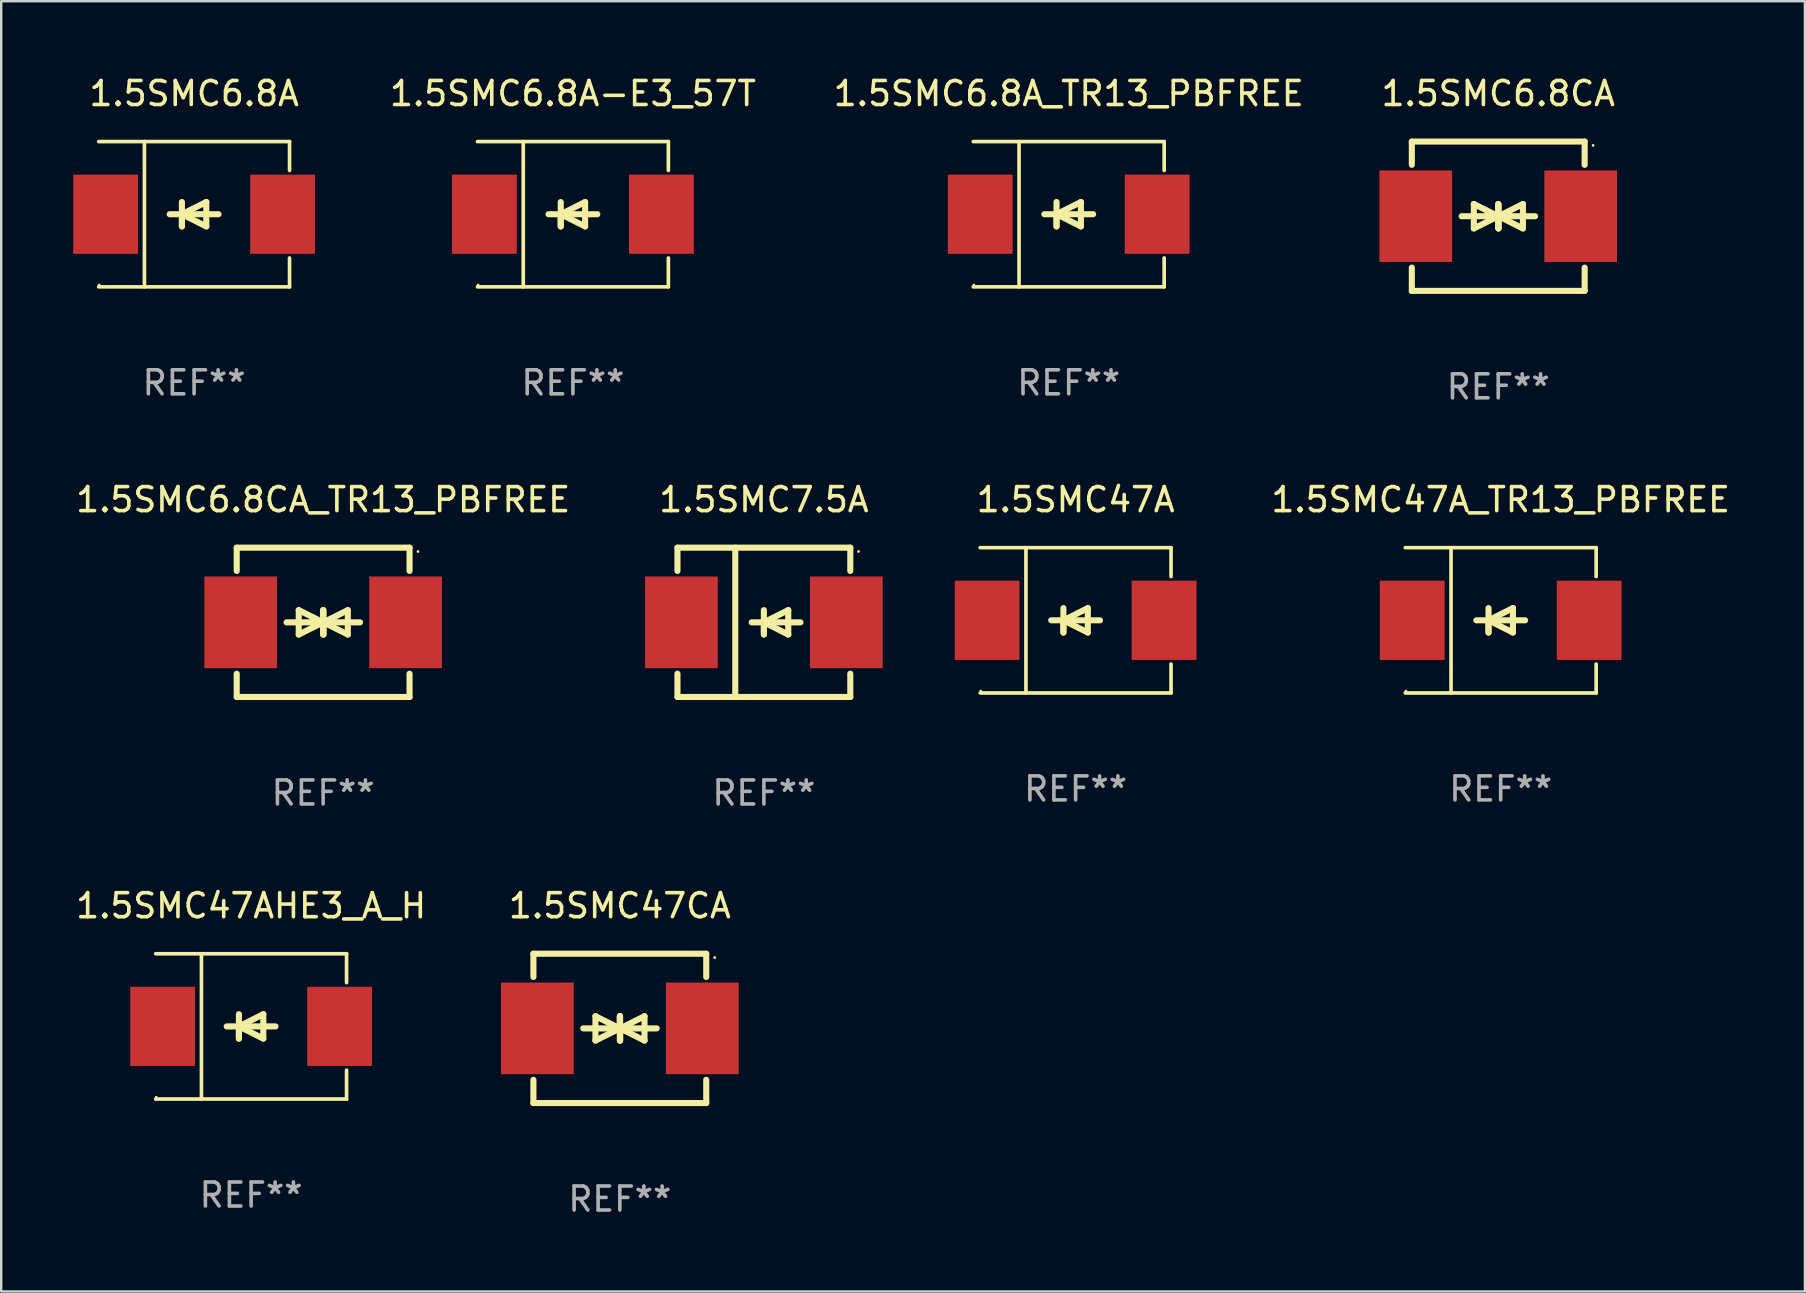
<source format=kicad_pcb>
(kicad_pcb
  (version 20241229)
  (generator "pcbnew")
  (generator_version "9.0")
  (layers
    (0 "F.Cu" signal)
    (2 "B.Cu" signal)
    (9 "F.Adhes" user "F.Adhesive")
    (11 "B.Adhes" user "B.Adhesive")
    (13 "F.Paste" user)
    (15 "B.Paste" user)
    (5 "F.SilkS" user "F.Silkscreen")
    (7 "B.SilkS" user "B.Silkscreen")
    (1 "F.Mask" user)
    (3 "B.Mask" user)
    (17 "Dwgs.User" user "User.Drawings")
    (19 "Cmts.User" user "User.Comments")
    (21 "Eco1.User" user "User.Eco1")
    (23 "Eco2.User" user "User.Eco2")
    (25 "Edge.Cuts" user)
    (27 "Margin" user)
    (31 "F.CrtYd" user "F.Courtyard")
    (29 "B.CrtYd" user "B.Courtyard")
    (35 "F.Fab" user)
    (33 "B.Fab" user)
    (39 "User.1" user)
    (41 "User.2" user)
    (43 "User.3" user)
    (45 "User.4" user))
  (footprint "1.5SMC6.8A_TR13_PBFREE"
    (layer "F.Cu")
    (at 41.471 5.874)
    (property "Reference" "1.5SMC6.8A_TR13_PBFREE" (at 0 -5.026 0) (layer "F.SilkS") (effects (font (size 1 1) (thickness 0.15))))
    (attr through_hole)
    (fp_line (start -3.976 -3.026) (end 3.976 -3.026) (stroke (width 0.152) (type solid)) (layer "F.SilkS"))
    (fp_line (start -3.976 3.026) (end 3.976 3.026) (stroke (width 0.152) (type solid)) (layer "F.SilkS"))
    (fp_line (start -2.069 -3.026) (end -2.069 3.026) (stroke (width 0.152) (type solid)) (layer "F.SilkS"))
    (fp_line (start -0.508 0) (end -0.508 0.508) (stroke (width 0.254) (type solid)) (layer "F.SilkS"))
    (fp_line (start -0.508 0) (end 0.508 0.508) (stroke (width 0.254) (type solid)) (layer "F.SilkS"))
    (fp_line (start -0.508 0.508) (end -0.508 -0.508) (stroke (width 0.254) (type solid)) (layer "F.SilkS"))
    (fp_line (start 0.508 -0.508) (end -0.508 0) (stroke (width 0.254) (type solid)) (layer "F.SilkS"))
    (fp_line (start 0.508 0.508) (end 0.508 -0.508) (stroke (width 0.254) (type solid)) (layer "F.SilkS"))
    (fp_line (start 1.016 0) (end -1.016 0) (stroke (width 0.254) (type solid)) (layer "F.SilkS"))
    (fp_line (start 3.976 -3.026) (end 3.976 -1.823) (stroke (width 0.152) (type solid)) (layer "F.SilkS"))
    (fp_line (start 3.976 3.026) (end 3.976 1.823) (stroke (width 0.152) (type solid)) (layer "F.SilkS"))
    (fp_circle (center -3.95 2.95) (end -3.92 2.95) (stroke (width 0.06) (type solid)) (fill no) (layer "F.SilkS"))
    (fp_text user "REF**" (at 0 7.026 0) (layer "F.Fab") (effects (font (size 1 1) (thickness 0.15))))
    (pad "1" smd rect (at -3.686 0) (size 2.7 3.3) (layers "F.Cu" "F.Mask" "F.Paste"))
    (pad "2" smd rect (at 3.686 0) (size 2.7 3.3) (layers "F.Cu" "F.Mask" "F.Paste")))
  (footprint "1.5SMC6.8A-E3_57T"
    (layer "F.Cu")
    (at 20.817 5.874)
    (property "Reference" "1.5SMC6.8A-E3_57T" (at 0 -5.026 0) (layer "F.SilkS") (effects (font (size 1 1) (thickness 0.15))))
    (attr through_hole)
    (fp_line (start -3.976 -3.026) (end 3.976 -3.026) (stroke (width 0.152) (type solid)) (layer "F.SilkS"))
    (fp_line (start -3.976 3.026) (end 3.976 3.026) (stroke (width 0.152) (type solid)) (layer "F.SilkS"))
    (fp_line (start -2.069 -3.026) (end -2.069 3.026) (stroke (width 0.152) (type solid)) (layer "F.SilkS"))
    (fp_line (start -0.508 0) (end -0.508 0.508) (stroke (width 0.254) (type solid)) (layer "F.SilkS"))
    (fp_line (start -0.508 0) (end 0.508 0.508) (stroke (width 0.254) (type solid)) (layer "F.SilkS"))
    (fp_line (start -0.508 0.508) (end -0.508 -0.508) (stroke (width 0.254) (type solid)) (layer "F.SilkS"))
    (fp_line (start 0.508 -0.508) (end -0.508 0) (stroke (width 0.254) (type solid)) (layer "F.SilkS"))
    (fp_line (start 0.508 0.508) (end 0.508 -0.508) (stroke (width 0.254) (type solid)) (layer "F.SilkS"))
    (fp_line (start 1.016 0) (end -1.016 0) (stroke (width 0.254) (type solid)) (layer "F.SilkS"))
    (fp_line (start 3.976 -3.026) (end 3.976 -1.823) (stroke (width 0.152) (type solid)) (layer "F.SilkS"))
    (fp_line (start 3.976 3.026) (end 3.976 1.823) (stroke (width 0.152) (type solid)) (layer "F.SilkS"))
    (fp_circle (center -3.95 2.95) (end -3.92 2.95) (stroke (width 0.06) (type solid)) (fill no) (layer "F.SilkS"))
    (fp_text user "REF**" (at 0 7.026 0) (layer "F.Fab") (effects (font (size 1 1) (thickness 0.15))))
    (pad "1" smd rect (at -3.686 0) (size 2.7 3.3) (layers "F.Cu" "F.Mask" "F.Paste"))
    (pad "2" smd rect (at 3.686 0) (size 2.7 3.3) (layers "F.Cu" "F.Mask" "F.Paste")))
  (footprint "1.5SMC47AHE3_A_H"
    (layer "F.Cu")
    (at 7.411 39.708)
    (property "Reference" "1.5SMC47AHE3_A_H" (at 0 -5.026 0) (layer "F.SilkS") (effects (font (size 1 1) (thickness 0.15))))
    (attr through_hole)
    (fp_line (start -3.976 -3.026) (end 3.976 -3.026) (stroke (width 0.152) (type solid)) (layer "F.SilkS"))
    (fp_line (start -3.976 3.026) (end 3.976 3.026) (stroke (width 0.152) (type solid)) (layer "F.SilkS"))
    (fp_line (start -2.069 -3.026) (end -2.069 3.026) (stroke (width 0.152) (type solid)) (layer "F.SilkS"))
    (fp_line (start -0.508 0) (end -0.508 0.508) (stroke (width 0.254) (type solid)) (layer "F.SilkS"))
    (fp_line (start -0.508 0) (end 0.508 0.508) (stroke (width 0.254) (type solid)) (layer "F.SilkS"))
    (fp_line (start -0.508 0.508) (end -0.508 -0.508) (stroke (width 0.254) (type solid)) (layer "F.SilkS"))
    (fp_line (start 0.508 -0.508) (end -0.508 0) (stroke (width 0.254) (type solid)) (layer "F.SilkS"))
    (fp_line (start 0.508 0.508) (end 0.508 -0.508) (stroke (width 0.254) (type solid)) (layer "F.SilkS"))
    (fp_line (start 1.016 0) (end -1.016 0) (stroke (width 0.254) (type solid)) (layer "F.SilkS"))
    (fp_line (start 3.976 -3.026) (end 3.976 -1.823) (stroke (width 0.152) (type solid)) (layer "F.SilkS"))
    (fp_line (start 3.976 3.026) (end 3.976 1.823) (stroke (width 0.152) (type solid)) (layer "F.SilkS"))
    (fp_circle (center -3.95 2.95) (end -3.92 2.95) (stroke (width 0.06) (type solid)) (fill no) (layer "F.SilkS"))
    (fp_text user "REF**" (at 0 7.026 0) (layer "F.Fab") (effects (font (size 1 1) (thickness 0.15))))
    (pad "1" smd rect (at -3.686 0) (size 2.7 3.3) (layers "F.Cu" "F.Mask" "F.Paste"))
    (pad "2" smd rect (at 3.686 0) (size 2.7 3.3) (layers "F.Cu" "F.Mask" "F.Paste")))
  (footprint "1.5SMC47A"
    (layer "F.Cu")
    (at 41.758 22.791)
    (property "Reference" "1.5SMC47A" (at 0 -5.026 0) (layer "F.SilkS") (effects (font (size 1 1) (thickness 0.15))))
    (attr through_hole)
    (fp_line (start -3.976 -3.026) (end 3.976 -3.026) (stroke (width 0.152) (type solid)) (layer "F.SilkS"))
    (fp_line (start -3.976 3.026) (end 3.976 3.026) (stroke (width 0.152) (type solid)) (layer "F.SilkS"))
    (fp_line (start -2.069 -3.026) (end -2.069 3.026) (stroke (width 0.152) (type solid)) (layer "F.SilkS"))
    (fp_line (start -0.508 0) (end -0.508 0.508) (stroke (width 0.254) (type solid)) (layer "F.SilkS"))
    (fp_line (start -0.508 0) (end 0.508 0.508) (stroke (width 0.254) (type solid)) (layer "F.SilkS"))
    (fp_line (start -0.508 0.508) (end -0.508 -0.508) (stroke (width 0.254) (type solid)) (layer "F.SilkS"))
    (fp_line (start 0.508 -0.508) (end -0.508 0) (stroke (width 0.254) (type solid)) (layer "F.SilkS"))
    (fp_line (start 0.508 0.508) (end 0.508 -0.508) (stroke (width 0.254) (type solid)) (layer "F.SilkS"))
    (fp_line (start 1.016 0) (end -1.016 0) (stroke (width 0.254) (type solid)) (layer "F.SilkS"))
    (fp_line (start 3.976 -3.026) (end 3.976 -1.823) (stroke (width 0.152) (type solid)) (layer "F.SilkS"))
    (fp_line (start 3.976 3.026) (end 3.976 1.823) (stroke (width 0.152) (type solid)) (layer "F.SilkS"))
    (fp_circle (center -3.95 2.95) (end -3.92 2.95) (stroke (width 0.06) (type solid)) (fill no) (layer "F.SilkS"))
    (fp_text user "REF**" (at 0 7.026 0) (layer "F.Fab") (effects (font (size 1 1) (thickness 0.15))))
    (pad "1" smd rect (at -3.686 0) (size 2.7 3.3) (layers "F.Cu" "F.Mask" "F.Paste"))
    (pad "2" smd rect (at 3.686 0) (size 2.7 3.3) (layers "F.Cu" "F.Mask" "F.Paste")))
  (footprint "1.5SMC6.8CA_TR13_PBFREE"
    (layer "F.Cu")
    (at 10.411 22.875)
    (property "Reference" "1.5SMC6.8CA_TR13_PBFREE" (at 0 -5.11 0) (layer "F.SilkS") (effects (font (size 1 1) (thickness 0.15))))
    (attr through_hole)
    (fp_line (start -3.6 -2.141) (end -3.6 -3.11) (stroke (width 0.254) (type solid)) (layer "F.SilkS"))
    (fp_line (start -3.6 3.11) (end -3.6 2.141) (stroke (width 0.254) (type solid)) (layer "F.SilkS"))
    (fp_line (start -1.524 0) (end 0.508 0) (stroke (width 0.254) (type solid)) (layer "F.SilkS"))
    (fp_line (start -1.016 -0.508) (end -1.016 0.508) (stroke (width 0.254) (type solid)) (layer "F.SilkS"))
    (fp_line (start -1.016 0.508) (end 0 0) (stroke (width 0.254) (type solid)) (layer "F.SilkS"))
    (fp_line (start 0 -0.508) (end 0 0.508) (stroke (width 0.254) (type solid)) (layer "F.SilkS"))
    (fp_line (start 0 0) (end -1.016 -0.508) (stroke (width 0.254) (type solid)) (layer "F.SilkS"))
    (fp_line (start 0 0) (end 0 -0.508) (stroke (width 0.254) (type solid)) (layer "F.SilkS"))
    (fp_line (start 0.012 0) (end 0.012 0.508) (stroke (width 0.254) (type solid)) (layer "F.SilkS"))
    (fp_line (start 0.012 0) (end 1.028 0.508) (stroke (width 0.254) (type solid)) (layer "F.SilkS"))
    (fp_line (start 0.012 0.508) (end 0.012 -0.508) (stroke (width 0.254) (type solid)) (layer "F.SilkS"))
    (fp_line (start 1.028 -0.508) (end 0.012 0) (stroke (width 0.254) (type solid)) (layer "F.SilkS"))
    (fp_line (start 1.028 0.508) (end 1.028 -0.508) (stroke (width 0.254) (type solid)) (layer "F.SilkS"))
    (fp_line (start 1.536 0) (end -0.496 0) (stroke (width 0.254) (type solid)) (layer "F.SilkS"))
    (fp_line (start 3.6 -3.11) (end -3.6 -3.11) (stroke (width 0.254) (type solid)) (layer "F.SilkS"))
    (fp_line (start 3.6 -2.141) (end 3.6 -3.11) (stroke (width 0.254) (type solid)) (layer "F.SilkS"))
    (fp_line (start 3.6 3.11) (end -3.6 3.11) (stroke (width 0.254) (type solid)) (layer "F.SilkS"))
    (fp_line (start 3.6 3.11) (end 3.6 2.141) (stroke (width 0.254) (type solid)) (layer "F.SilkS"))
    (fp_circle (center 3.952 -2.95) (end 3.982 -2.95) (stroke (width 0.06) (type solid)) (fill no) (layer "F.SilkS"))
    (fp_text user "REF**" (at 0 7.11 0) (layer "F.Fab") (effects (font (size 1 1) (thickness 0.15))))
    (pad "1" smd rect (at 3.435 0) (size 3.03 3.82) (layers "F.Cu" "F.Mask" "F.Paste"))
    (pad "2" smd rect (at -3.435 0) (size 3.03 3.82) (layers "F.Cu" "F.Mask" "F.Paste")))
  (footprint "1.5SMC6.8CA"
    (layer "F.Cu")
    (at 59.364 5.958)
    (property "Reference" "1.5SMC6.8CA" (at 0 -5.11 0) (layer "F.SilkS") (effects (font (size 1 1) (thickness 0.15))))
    (attr through_hole)
    (fp_line (start -3.6 -2.141) (end -3.6 -3.11) (stroke (width 0.254) (type solid)) (layer "F.SilkS"))
    (fp_line (start -3.6 3.11) (end -3.6 2.141) (stroke (width 0.254) (type solid)) (layer "F.SilkS"))
    (fp_line (start -1.524 0) (end 0.508 0) (stroke (width 0.254) (type solid)) (layer "F.SilkS"))
    (fp_line (start -1.016 -0.508) (end -1.016 0.508) (stroke (width 0.254) (type solid)) (layer "F.SilkS"))
    (fp_line (start -1.016 0.508) (end 0 0) (stroke (width 0.254) (type solid)) (layer "F.SilkS"))
    (fp_line (start 0 -0.508) (end 0 0.508) (stroke (width 0.254) (type solid)) (layer "F.SilkS"))
    (fp_line (start 0 0) (end -1.016 -0.508) (stroke (width 0.254) (type solid)) (layer "F.SilkS"))
    (fp_line (start 0 0) (end 0 -0.508) (stroke (width 0.254) (type solid)) (layer "F.SilkS"))
    (fp_line (start 0.012 0) (end 0.012 0.508) (stroke (width 0.254) (type solid)) (layer "F.SilkS"))
    (fp_line (start 0.012 0) (end 1.028 0.508) (stroke (width 0.254) (type solid)) (layer "F.SilkS"))
    (fp_line (start 0.012 0.508) (end 0.012 -0.508) (stroke (width 0.254) (type solid)) (layer "F.SilkS"))
    (fp_line (start 1.028 -0.508) (end 0.012 0) (stroke (width 0.254) (type solid)) (layer "F.SilkS"))
    (fp_line (start 1.028 0.508) (end 1.028 -0.508) (stroke (width 0.254) (type solid)) (layer "F.SilkS"))
    (fp_line (start 1.536 0) (end -0.496 0) (stroke (width 0.254) (type solid)) (layer "F.SilkS"))
    (fp_line (start 3.6 -3.11) (end -3.6 -3.11) (stroke (width 0.254) (type solid)) (layer "F.SilkS"))
    (fp_line (start 3.6 -2.141) (end 3.6 -3.11) (stroke (width 0.254) (type solid)) (layer "F.SilkS"))
    (fp_line (start 3.6 3.11) (end -3.6 3.11) (stroke (width 0.254) (type solid)) (layer "F.SilkS"))
    (fp_line (start 3.6 3.11) (end 3.6 2.141) (stroke (width 0.254) (type solid)) (layer "F.SilkS"))
    (fp_circle (center 3.952 -2.95) (end 3.982 -2.95) (stroke (width 0.06) (type solid)) (fill no) (layer "F.SilkS"))
    (fp_text user "REF**" (at 0 7.11 0) (layer "F.Fab") (effects (font (size 1 1) (thickness 0.15))))
    (pad "1" smd rect (at 3.435 0) (size 3.03 3.82) (layers "F.Cu" "F.Mask" "F.Paste"))
    (pad "2" smd rect (at -3.435 0) (size 3.03 3.82) (layers "F.Cu" "F.Mask" "F.Paste")))
  (footprint "1.5SMC7.5A"
    (layer "F.Cu")
    (at 28.772 22.875)
    (property "Reference" "1.5SMC7.5A" (at 0 -5.11 0) (layer "F.SilkS") (effects (font (size 1 1) (thickness 0.15))))
    (attr through_hole)
    (fp_line (start -3.6 -3.11) (end -3.6 -2.141) (stroke (width 0.254) (type solid)) (layer "F.SilkS"))
    (fp_line (start -3.6 -3.11) (end 3.6 -3.11) (stroke (width 0.254) (type solid)) (layer "F.SilkS"))
    (fp_line (start -3.6 2.141) (end -3.6 3.11) (stroke (width 0.254) (type solid)) (layer "F.SilkS"))
    (fp_line (start -3.6 3.11) (end 3.6 3.11) (stroke (width 0.254) (type solid)) (layer "F.SilkS"))
    (fp_line (start -1.192 -3.11) (end -1.192 3.11) (stroke (width 0.254) (type solid)) (layer "F.SilkS"))
    (fp_line (start 0 0) (end 0 0.508) (stroke (width 0.254) (type solid)) (layer "F.SilkS"))
    (fp_line (start 0 0) (end 1.016 0.508) (stroke (width 0.254) (type solid)) (layer "F.SilkS"))
    (fp_line (start 0 0.508) (end 0 -0.508) (stroke (width 0.254) (type solid)) (layer "F.SilkS"))
    (fp_line (start 1.016 -0.508) (end 0 0) (stroke (width 0.254) (type solid)) (layer "F.SilkS"))
    (fp_line (start 1.016 0.508) (end 1.016 -0.508) (stroke (width 0.254) (type solid)) (layer "F.SilkS"))
    (fp_line (start 1.524 0) (end -0.508 0) (stroke (width 0.254) (type solid)) (layer "F.SilkS"))
    (fp_line (start 3.6 -3.11) (end 3.6 -2.141) (stroke (width 0.254) (type solid)) (layer "F.SilkS"))
    (fp_line (start 3.6 2.141) (end 3.6 3.11) (stroke (width 0.254) (type solid)) (layer "F.SilkS"))
    (fp_circle (center 3.943 -2.952) (end 3.973 -2.952) (stroke (width 0.06) (type solid)) (fill no) (layer "F.SilkS"))
    (fp_text user "REF**" (at 0 7.11 0) (layer "F.Fab") (effects (font (size 1 1) (thickness 0.15))))
    (pad "1" smd rect (at 3.435 0 180) (size 3.03 3.82) (layers "F.Cu" "F.Mask" "F.Paste"))
    (pad "2" smd rect (at -3.435 0 180) (size 3.03 3.82) (layers "F.Cu" "F.Mask" "F.Paste")))
  (footprint "1.5SMC47A_TR13_PBFREE"
    (layer "F.Cu")
    (at 59.467 22.791)
    (property "Reference" "1.5SMC47A_TR13_PBFREE" (at 0 -5.026 0) (layer "F.SilkS") (effects (font (size 1 1) (thickness 0.15))))
    (attr through_hole)
    (fp_line (start -3.976 -3.026) (end 3.976 -3.026) (stroke (width 0.152) (type solid)) (layer "F.SilkS"))
    (fp_line (start -3.976 3.026) (end 3.976 3.026) (stroke (width 0.152) (type solid)) (layer "F.SilkS"))
    (fp_line (start -2.069 -3.026) (end -2.069 3.026) (stroke (width 0.152) (type solid)) (layer "F.SilkS"))
    (fp_line (start -0.508 0) (end -0.508 0.508) (stroke (width 0.254) (type solid)) (layer "F.SilkS"))
    (fp_line (start -0.508 0) (end 0.508 0.508) (stroke (width 0.254) (type solid)) (layer "F.SilkS"))
    (fp_line (start -0.508 0.508) (end -0.508 -0.508) (stroke (width 0.254) (type solid)) (layer "F.SilkS"))
    (fp_line (start 0.508 -0.508) (end -0.508 0) (stroke (width 0.254) (type solid)) (layer "F.SilkS"))
    (fp_line (start 0.508 0.508) (end 0.508 -0.508) (stroke (width 0.254) (type solid)) (layer "F.SilkS"))
    (fp_line (start 1.016 0) (end -1.016 0) (stroke (width 0.254) (type solid)) (layer "F.SilkS"))
    (fp_line (start 3.976 -3.026) (end 3.976 -1.823) (stroke (width 0.152) (type solid)) (layer "F.SilkS"))
    (fp_line (start 3.976 3.026) (end 3.976 1.823) (stroke (width 0.152) (type solid)) (layer "F.SilkS"))
    (fp_circle (center -3.95 2.95) (end -3.92 2.95) (stroke (width 0.06) (type solid)) (fill no) (layer "F.SilkS"))
    (fp_text user "REF**" (at 0 7.026 0) (layer "F.Fab") (effects (font (size 1 1) (thickness 0.15))))
    (pad "1" smd rect (at -3.686 0) (size 2.7 3.3) (layers "F.Cu" "F.Mask" "F.Paste"))
    (pad "2" smd rect (at 3.686 0) (size 2.7 3.3) (layers "F.Cu" "F.Mask" "F.Paste")))
  (footprint "1.5SMC6.8A"
    (layer "F.Cu")
    (at 5.036 5.874)
    (property "Reference" "1.5SMC6.8A" (at 0 -5.026 0) (layer "F.SilkS") (effects (font (size 1 1) (thickness 0.15))))
    (attr through_hole)
    (fp_line (start -3.976 -3.026) (end 3.976 -3.026) (stroke (width 0.152) (type solid)) (layer "F.SilkS"))
    (fp_line (start -3.976 3.026) (end 3.976 3.026) (stroke (width 0.152) (type solid)) (layer "F.SilkS"))
    (fp_line (start -2.069 -3.026) (end -2.069 3.026) (stroke (width 0.152) (type solid)) (layer "F.SilkS"))
    (fp_line (start -0.508 0) (end -0.508 0.508) (stroke (width 0.254) (type solid)) (layer "F.SilkS"))
    (fp_line (start -0.508 0) (end 0.508 0.508) (stroke (width 0.254) (type solid)) (layer "F.SilkS"))
    (fp_line (start -0.508 0.508) (end -0.508 -0.508) (stroke (width 0.254) (type solid)) (layer "F.SilkS"))
    (fp_line (start 0.508 -0.508) (end -0.508 0) (stroke (width 0.254) (type solid)) (layer "F.SilkS"))
    (fp_line (start 0.508 0.508) (end 0.508 -0.508) (stroke (width 0.254) (type solid)) (layer "F.SilkS"))
    (fp_line (start 1.016 0) (end -1.016 0) (stroke (width 0.254) (type solid)) (layer "F.SilkS"))
    (fp_line (start 3.976 -3.026) (end 3.976 -1.823) (stroke (width 0.152) (type solid)) (layer "F.SilkS"))
    (fp_line (start 3.976 3.026) (end 3.976 1.823) (stroke (width 0.152) (type solid)) (layer "F.SilkS"))
    (fp_circle (center -3.95 2.95) (end -3.92 2.95) (stroke (width 0.06) (type solid)) (fill no) (layer "F.SilkS"))
    (fp_text user "REF**" (at 0 7.026 0) (layer "F.Fab") (effects (font (size 1 1) (thickness 0.15))))
    (pad "1" smd rect (at -3.686 0) (size 2.7 3.3) (layers "F.Cu" "F.Mask" "F.Paste"))
    (pad "2" smd rect (at 3.686 0) (size 2.7 3.3) (layers "F.Cu" "F.Mask" "F.Paste")))
  (footprint "1.5SMC47CA"
    (layer "F.Cu")
    (at 22.771 39.791)
    (property "Reference" "1.5SMC47CA" (at 0 -5.11 0) (layer "F.SilkS") (effects (font (size 1 1) (thickness 0.15))))
    (attr through_hole)
    (fp_line (start -3.6 -2.141) (end -3.6 -3.11) (stroke (width 0.254) (type solid)) (layer "F.SilkS"))
    (fp_line (start -3.6 3.11) (end -3.6 2.141) (stroke (width 0.254) (type solid)) (layer "F.SilkS"))
    (fp_line (start -1.524 0) (end 0.508 0) (stroke (width 0.254) (type solid)) (layer "F.SilkS"))
    (fp_line (start -1.016 -0.508) (end -1.016 0.508) (stroke (width 0.254) (type solid)) (layer "F.SilkS"))
    (fp_line (start -1.016 0.508) (end 0 0) (stroke (width 0.254) (type solid)) (layer "F.SilkS"))
    (fp_line (start 0 -0.508) (end 0 0.508) (stroke (width 0.254) (type solid)) (layer "F.SilkS"))
    (fp_line (start 0 0) (end -1.016 -0.508) (stroke (width 0.254) (type solid)) (layer "F.SilkS"))
    (fp_line (start 0 0) (end 0 -0.508) (stroke (width 0.254) (type solid)) (layer "F.SilkS"))
    (fp_line (start 0.012 0) (end 0.012 0.508) (stroke (width 0.254) (type solid)) (layer "F.SilkS"))
    (fp_line (start 0.012 0) (end 1.028 0.508) (stroke (width 0.254) (type solid)) (layer "F.SilkS"))
    (fp_line (start 0.012 0.508) (end 0.012 -0.508) (stroke (width 0.254) (type solid)) (layer "F.SilkS"))
    (fp_line (start 1.028 -0.508) (end 0.012 0) (stroke (width 0.254) (type solid)) (layer "F.SilkS"))
    (fp_line (start 1.028 0.508) (end 1.028 -0.508) (stroke (width 0.254) (type solid)) (layer "F.SilkS"))
    (fp_line (start 1.536 0) (end -0.496 0) (stroke (width 0.254) (type solid)) (layer "F.SilkS"))
    (fp_line (start 3.6 -3.11) (end -3.6 -3.11) (stroke (width 0.254) (type solid)) (layer "F.SilkS"))
    (fp_line (start 3.6 -2.141) (end 3.6 -3.11) (stroke (width 0.254) (type solid)) (layer "F.SilkS"))
    (fp_line (start 3.6 3.11) (end -3.6 3.11) (stroke (width 0.254) (type solid)) (layer "F.SilkS"))
    (fp_line (start 3.6 3.11) (end 3.6 2.141) (stroke (width 0.254) (type solid)) (layer "F.SilkS"))
    (fp_circle (center 3.952 -2.95) (end 3.982 -2.95) (stroke (width 0.06) (type solid)) (fill no) (layer "F.SilkS"))
    (fp_text user "REF**" (at 0 7.11 0) (layer "F.Fab") (effects (font (size 1 1) (thickness 0.15))))
    (pad "1" smd rect (at 3.435 0) (size 3.03 3.82) (layers "F.Cu" "F.Mask" "F.Paste"))
    (pad "2" smd rect (at -3.435 0) (size 3.03 3.82) (layers "F.Cu" "F.Mask" "F.Paste")))
  (gr_rect
    (start -3 -3)
    (end 72.139 50.75)
    (stroke (width 0.1) (type default))
    (fill no)
    (layer "Edge.Cuts")))
</source>
